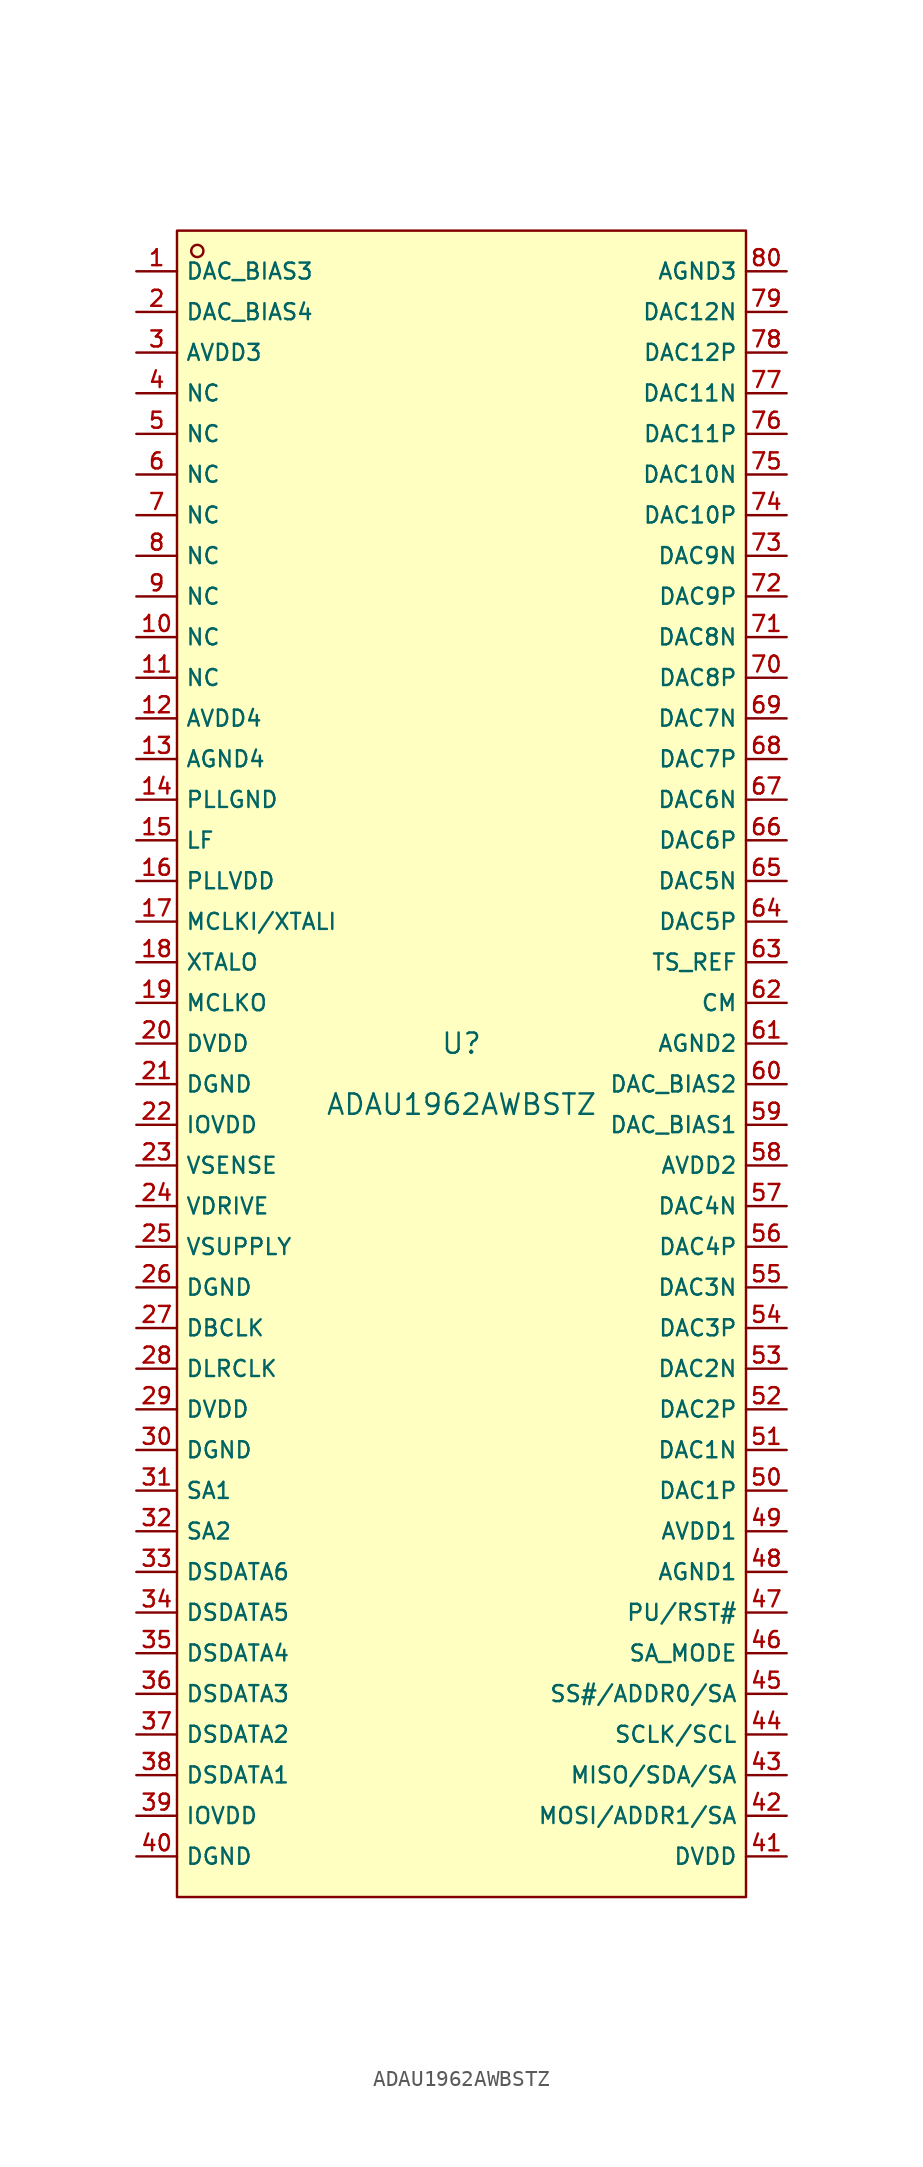
<source format=kicad_sym>
(kicad_symbol_lib
  (version 20231120)
  (generator "kicad_symbol_editor")
  (generator_version "8.0")
  (symbol "ADAU1962AWBSTZ"
    (property "Reference" "U"
      (at 0 1.27 0)
      (effects (font (size 1.27 1.27))))
    (property "Value" "ADAU1962AWBSTZ"
      (at 0 -2.54 0)
      (effects (font (size 1.27 1.27))))
    (symbol "ADAU1962AWBSTZ_0_1"
      (rectangle (start -17.78 52.07) (end 17.78 -52.07) (stroke (width 0) (type default)) (fill (type background)))
      (circle (center -16.51 50.8) (radius 0.381) (stroke (width 0) (type default)) (fill (type background)))
      (pin unspecified line (at -20.32 49.53 0) (length 2.54) (name "DAC_BIAS3" (effects (font (size 1 1)))) (number "1" (effects (font (size 1 1)))))
      (pin unspecified line (at -20.32 26.67 0) (length 2.54) (name "NC" (effects (font (size 1 1)))) (number "10" (effects (font (size 1 1)))))
      (pin unspecified line (at -20.32 24.13 0) (length 2.54) (name "NC" (effects (font (size 1 1)))) (number "11" (effects (font (size 1 1)))))
      (pin unspecified line (at -20.32 21.59 0) (length 2.54) (name "AVDD4" (effects (font (size 1 1)))) (number "12" (effects (font (size 1 1)))))
      (pin unspecified line (at -20.32 19.05 0) (length 2.54) (name "AGND4" (effects (font (size 1 1)))) (number "13" (effects (font (size 1 1)))))
      (pin unspecified line (at -20.32 16.51 0) (length 2.54) (name "PLLGND" (effects (font (size 1 1)))) (number "14" (effects (font (size 1 1)))))
      (pin unspecified line (at -20.32 13.97 0) (length 2.54) (name "LF" (effects (font (size 1 1)))) (number "15" (effects (font (size 1 1)))))
      (pin unspecified line (at -20.32 11.43 0) (length 2.54) (name "PLLVDD" (effects (font (size 1 1)))) (number "16" (effects (font (size 1 1)))))
      (pin unspecified line (at -20.32 8.89 0) (length 2.54) (name "MCLKI/XTALI" (effects (font (size 1 1)))) (number "17" (effects (font (size 1 1)))))
      (pin unspecified line (at -20.32 6.35 0) (length 2.54) (name "XTALO" (effects (font (size 1 1)))) (number "18" (effects (font (size 1 1)))))
      (pin unspecified line (at -20.32 3.81 0) (length 2.54) (name "MCLKO" (effects (font (size 1 1)))) (number "19" (effects (font (size 1 1)))))
      (pin unspecified line (at -20.32 46.99 0) (length 2.54) (name "DAC_BIAS4" (effects (font (size 1 1)))) (number "2" (effects (font (size 1 1)))))
      (pin unspecified line (at -20.32 1.27 0) (length 2.54) (name "DVDD" (effects (font (size 1 1)))) (number "20" (effects (font (size 1 1)))))
      (pin unspecified line (at -20.32 -1.27 0) (length 2.54) (name "DGND" (effects (font (size 1 1)))) (number "21" (effects (font (size 1 1)))))
      (pin unspecified line (at -20.32 -3.81 0) (length 2.54) (name "IOVDD" (effects (font (size 1 1)))) (number "22" (effects (font (size 1 1)))))
      (pin unspecified line (at -20.32 -6.35 0) (length 2.54) (name "VSENSE" (effects (font (size 1 1)))) (number "23" (effects (font (size 1 1)))))
      (pin unspecified line (at -20.32 -8.89 0) (length 2.54) (name "VDRIVE" (effects (font (size 1 1)))) (number "24" (effects (font (size 1 1)))))
      (pin unspecified line (at -20.32 -11.43 0) (length 2.54) (name "VSUPPLY" (effects (font (size 1 1)))) (number "25" (effects (font (size 1 1)))))
      (pin unspecified line (at -20.32 -13.97 0) (length 2.54) (name "DGND" (effects (font (size 1 1)))) (number "26" (effects (font (size 1 1)))))
      (pin unspecified line (at -20.32 -16.51 0) (length 2.54) (name "DBCLK" (effects (font (size 1 1)))) (number "27" (effects (font (size 1 1)))))
      (pin unspecified line (at -20.32 -19.05 0) (length 2.54) (name "DLRCLK" (effects (font (size 1 1)))) (number "28" (effects (font (size 1 1)))))
      (pin unspecified line (at -20.32 -21.59 0) (length 2.54) (name "DVDD" (effects (font (size 1 1)))) (number "29" (effects (font (size 1 1)))))
      (pin unspecified line (at -20.32 44.45 0) (length 2.54) (name "AVDD3" (effects (font (size 1 1)))) (number "3" (effects (font (size 1 1)))))
      (pin unspecified line (at -20.32 -24.13 0) (length 2.54) (name "DGND" (effects (font (size 1 1)))) (number "30" (effects (font (size 1 1)))))
      (pin unspecified line (at -20.32 -26.67 0) (length 2.54) (name "SA1" (effects (font (size 1 1)))) (number "31" (effects (font (size 1 1)))))
      (pin unspecified line (at -20.32 -29.21 0) (length 2.54) (name "SA2" (effects (font (size 1 1)))) (number "32" (effects (font (size 1 1)))))
      (pin unspecified line (at -20.32 -31.75 0) (length 2.54) (name "DSDATA6" (effects (font (size 1 1)))) (number "33" (effects (font (size 1 1)))))
      (pin unspecified line (at -20.32 -34.29 0) (length 2.54) (name "DSDATA5" (effects (font (size 1 1)))) (number "34" (effects (font (size 1 1)))))
      (pin unspecified line (at -20.32 -36.83 0) (length 2.54) (name "DSDATA4" (effects (font (size 1 1)))) (number "35" (effects (font (size 1 1)))))
      (pin unspecified line (at -20.32 -39.37 0) (length 2.54) (name "DSDATA3" (effects (font (size 1 1)))) (number "36" (effects (font (size 1 1)))))
      (pin unspecified line (at -20.32 -41.91 0) (length 2.54) (name "DSDATA2" (effects (font (size 1 1)))) (number "37" (effects (font (size 1 1)))))
      (pin unspecified line (at -20.32 -44.45 0) (length 2.54) (name "DSDATA1" (effects (font (size 1 1)))) (number "38" (effects (font (size 1 1)))))
      (pin unspecified line (at -20.32 -46.99 0) (length 2.54) (name "IOVDD" (effects (font (size 1 1)))) (number "39" (effects (font (size 1 1)))))
      (pin unspecified line (at -20.32 41.91 0) (length 2.54) (name "NC" (effects (font (size 1 1)))) (number "4" (effects (font (size 1 1)))))
      (pin unspecified line (at -20.32 -49.53 0) (length 2.54) (name "DGND" (effects (font (size 1 1)))) (number "40" (effects (font (size 1 1)))))
      (pin unspecified line (at 20.32 -49.53 180) (length 2.54) (name "DVDD" (effects (font (size 1 1)))) (number "41" (effects (font (size 1 1)))))
      (pin unspecified line (at 20.32 -46.99 180) (length 2.54) (name "MOSI/ADDR1/SA" (effects (font (size 1 1)))) (number "42" (effects (font (size 1 1)))))
      (pin unspecified line (at 20.32 -44.45 180) (length 2.54) (name "MISO/SDA/SA" (effects (font (size 1 1)))) (number "43" (effects (font (size 1 1)))))
      (pin unspecified line (at 20.32 -41.91 180) (length 2.54) (name "SCLK/SCL" (effects (font (size 1 1)))) (number "44" (effects (font (size 1 1)))))
      (pin unspecified line (at 20.32 -39.37 180) (length 2.54) (name "SS#/ADDR0/SA" (effects (font (size 1 1)))) (number "45" (effects (font (size 1 1)))))
      (pin unspecified line (at 20.32 -36.83 180) (length 2.54) (name "SA_MODE" (effects (font (size 1 1)))) (number "46" (effects (font (size 1 1)))))
      (pin unspecified line (at 20.32 -34.29 180) (length 2.54) (name "PU/RST#" (effects (font (size 1 1)))) (number "47" (effects (font (size 1 1)))))
      (pin unspecified line (at 20.32 -31.75 180) (length 2.54) (name "AGND1" (effects (font (size 1 1)))) (number "48" (effects (font (size 1 1)))))
      (pin unspecified line (at 20.32 -29.21 180) (length 2.54) (name "AVDD1" (effects (font (size 1 1)))) (number "49" (effects (font (size 1 1)))))
      (pin unspecified line (at -20.32 39.37 0) (length 2.54) (name "NC" (effects (font (size 1 1)))) (number "5" (effects (font (size 1 1)))))
      (pin unspecified line (at 20.32 -26.67 180) (length 2.54) (name "DAC1P" (effects (font (size 1 1)))) (number "50" (effects (font (size 1 1)))))
      (pin unspecified line (at 20.32 -24.13 180) (length 2.54) (name "DAC1N" (effects (font (size 1 1)))) (number "51" (effects (font (size 1 1)))))
      (pin unspecified line (at 20.32 -21.59 180) (length 2.54) (name "DAC2P" (effects (font (size 1 1)))) (number "52" (effects (font (size 1 1)))))
      (pin unspecified line (at 20.32 -19.05 180) (length 2.54) (name "DAC2N" (effects (font (size 1 1)))) (number "53" (effects (font (size 1 1)))))
      (pin unspecified line (at 20.32 -16.51 180) (length 2.54) (name "DAC3P" (effects (font (size 1 1)))) (number "54" (effects (font (size 1 1)))))
      (pin unspecified line (at 20.32 -13.97 180) (length 2.54) (name "DAC3N" (effects (font (size 1 1)))) (number "55" (effects (font (size 1 1)))))
      (pin unspecified line (at 20.32 -11.43 180) (length 2.54) (name "DAC4P" (effects (font (size 1 1)))) (number "56" (effects (font (size 1 1)))))
      (pin unspecified line (at 20.32 -8.89 180) (length 2.54) (name "DAC4N" (effects (font (size 1 1)))) (number "57" (effects (font (size 1 1)))))
      (pin unspecified line (at 20.32 -6.35 180) (length 2.54) (name "AVDD2" (effects (font (size 1 1)))) (number "58" (effects (font (size 1 1)))))
      (pin unspecified line (at 20.32 -3.81 180) (length 2.54) (name "DAC_BIAS1" (effects (font (size 1 1)))) (number "59" (effects (font (size 1 1)))))
      (pin unspecified line (at -20.32 36.83 0) (length 2.54) (name "NC" (effects (font (size 1 1)))) (number "6" (effects (font (size 1 1)))))
      (pin unspecified line (at 20.32 -1.27 180) (length 2.54) (name "DAC_BIAS2" (effects (font (size 1 1)))) (number "60" (effects (font (size 1 1)))))
      (pin unspecified line (at 20.32 1.27 180) (length 2.54) (name "AGND2" (effects (font (size 1 1)))) (number "61" (effects (font (size 1 1)))))
      (pin unspecified line (at 20.32 3.81 180) (length 2.54) (name "CM" (effects (font (size 1 1)))) (number "62" (effects (font (size 1 1)))))
      (pin unspecified line (at 20.32 6.35 180) (length 2.54) (name "TS_REF" (effects (font (size 1 1)))) (number "63" (effects (font (size 1 1)))))
      (pin unspecified line (at 20.32 8.89 180) (length 2.54) (name "DAC5P" (effects (font (size 1 1)))) (number "64" (effects (font (size 1 1)))))
      (pin unspecified line (at 20.32 11.43 180) (length 2.54) (name "DAC5N" (effects (font (size 1 1)))) (number "65" (effects (font (size 1 1)))))
      (pin unspecified line (at 20.32 13.97 180) (length 2.54) (name "DAC6P" (effects (font (size 1 1)))) (number "66" (effects (font (size 1 1)))))
      (pin unspecified line (at 20.32 16.51 180) (length 2.54) (name "DAC6N" (effects (font (size 1 1)))) (number "67" (effects (font (size 1 1)))))
      (pin unspecified line (at 20.32 19.05 180) (length 2.54) (name "DAC7P" (effects (font (size 1 1)))) (number "68" (effects (font (size 1 1)))))
      (pin unspecified line (at 20.32 21.59 180) (length 2.54) (name "DAC7N" (effects (font (size 1 1)))) (number "69" (effects (font (size 1 1)))))
      (pin unspecified line (at -20.32 34.29 0) (length 2.54) (name "NC" (effects (font (size 1 1)))) (number "7" (effects (font (size 1 1)))))
      (pin unspecified line (at 20.32 24.13 180) (length 2.54) (name "DAC8P" (effects (font (size 1 1)))) (number "70" (effects (font (size 1 1)))))
      (pin unspecified line (at 20.32 26.67 180) (length 2.54) (name "DAC8N" (effects (font (size 1 1)))) (number "71" (effects (font (size 1 1)))))
      (pin unspecified line (at 20.32 29.21 180) (length 2.54) (name "DAC9P" (effects (font (size 1 1)))) (number "72" (effects (font (size 1 1)))))
      (pin unspecified line (at 20.32 31.75 180) (length 2.54) (name "DAC9N" (effects (font (size 1 1)))) (number "73" (effects (font (size 1 1)))))
      (pin unspecified line (at 20.32 34.29 180) (length 2.54) (name "DAC10P" (effects (font (size 1 1)))) (number "74" (effects (font (size 1 1)))))
      (pin unspecified line (at 20.32 36.83 180) (length 2.54) (name "DAC10N" (effects (font (size 1 1)))) (number "75" (effects (font (size 1 1)))))
      (pin unspecified line (at 20.32 39.37 180) (length 2.54) (name "DAC11P" (effects (font (size 1 1)))) (number "76" (effects (font (size 1 1)))))
      (pin unspecified line (at 20.32 41.91 180) (length 2.54) (name "DAC11N" (effects (font (size 1 1)))) (number "77" (effects (font (size 1 1)))))
      (pin unspecified line (at 20.32 44.45 180) (length 2.54) (name "DAC12P" (effects (font (size 1 1)))) (number "78" (effects (font (size 1 1)))))
      (pin unspecified line (at 20.32 46.99 180) (length 2.54) (name "DAC12N" (effects (font (size 1 1)))) (number "79" (effects (font (size 1 1)))))
      (pin unspecified line (at -20.32 31.75 0) (length 2.54) (name "NC" (effects (font (size 1 1)))) (number "8" (effects (font (size 1 1)))))
      (pin unspecified line (at 20.32 49.53 180) (length 2.54) (name "AGND3" (effects (font (size 1 1)))) (number "80" (effects (font (size 1 1)))))
      (pin unspecified line (at -20.32 29.21 0) (length 2.54) (name "NC" (effects (font (size 1 1)))) (number "9" (effects (font (size 1 1))))))))
</source>
